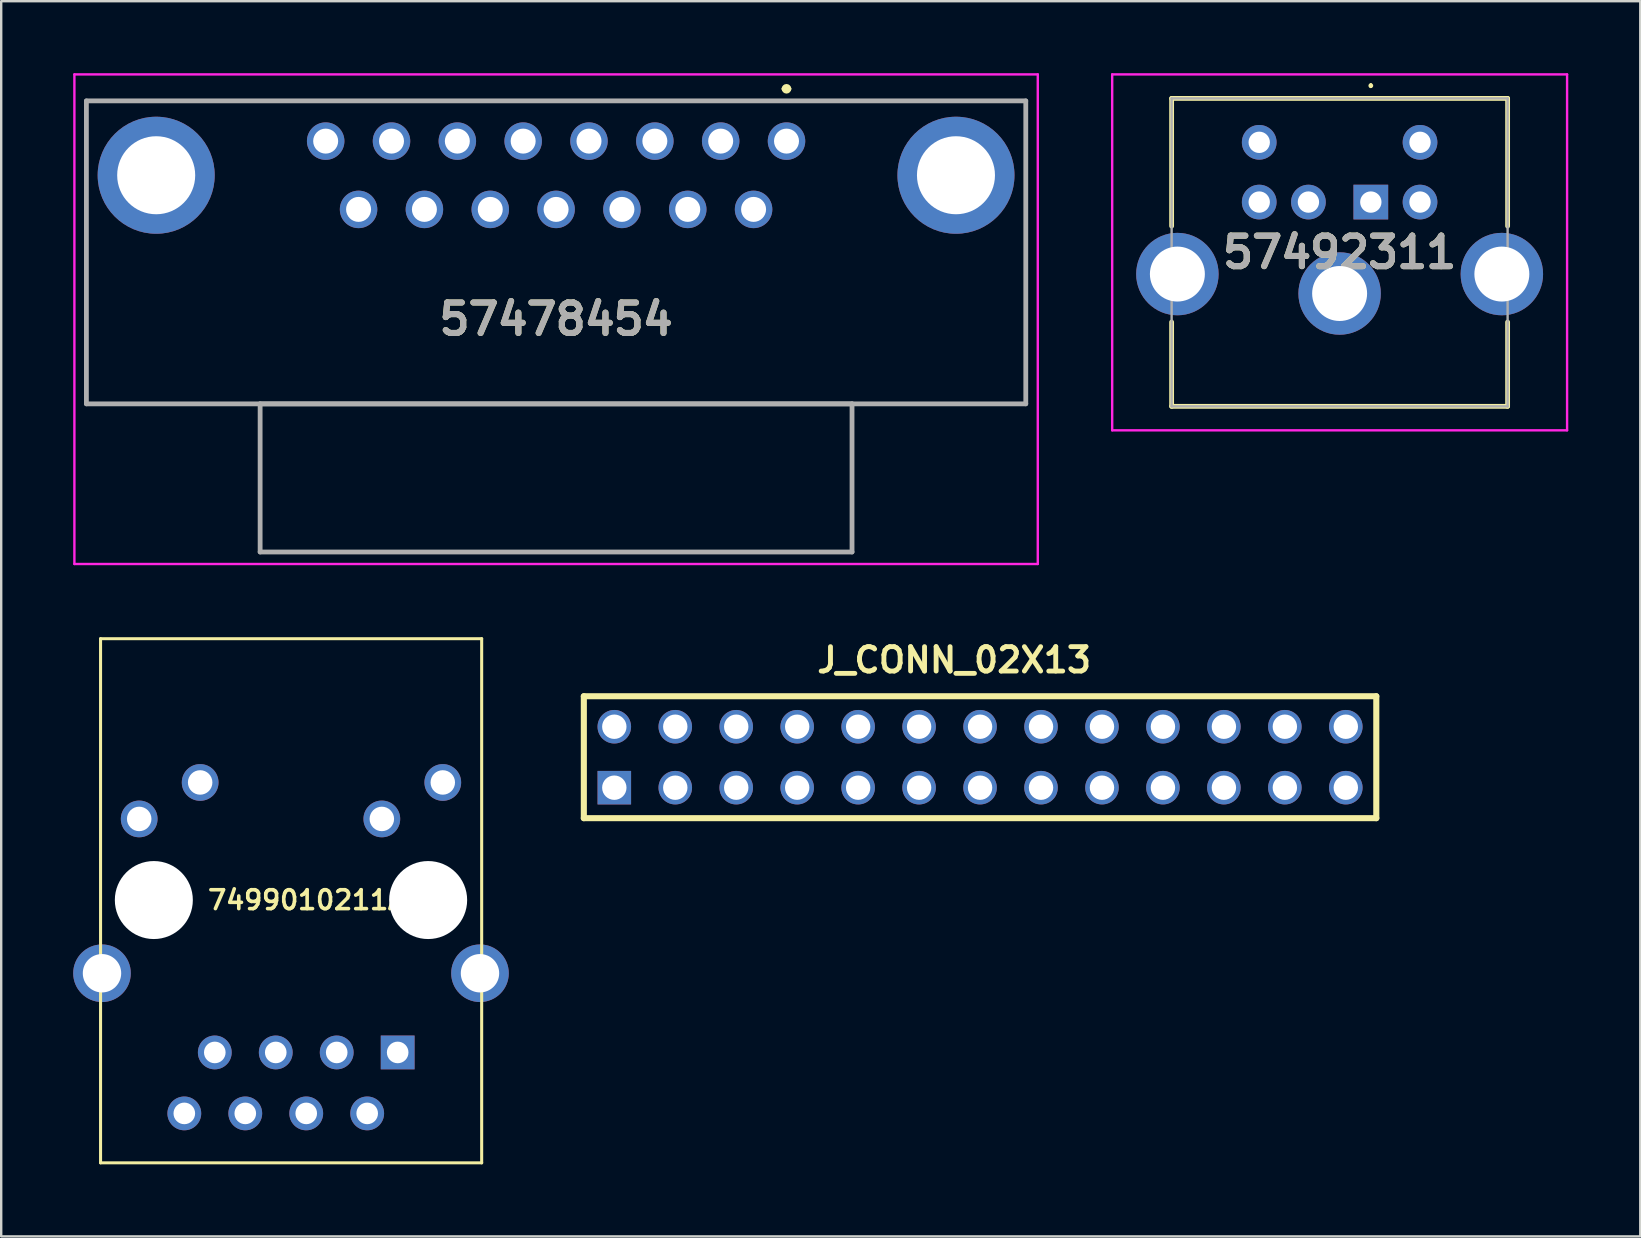
<source format=kicad_pcb>
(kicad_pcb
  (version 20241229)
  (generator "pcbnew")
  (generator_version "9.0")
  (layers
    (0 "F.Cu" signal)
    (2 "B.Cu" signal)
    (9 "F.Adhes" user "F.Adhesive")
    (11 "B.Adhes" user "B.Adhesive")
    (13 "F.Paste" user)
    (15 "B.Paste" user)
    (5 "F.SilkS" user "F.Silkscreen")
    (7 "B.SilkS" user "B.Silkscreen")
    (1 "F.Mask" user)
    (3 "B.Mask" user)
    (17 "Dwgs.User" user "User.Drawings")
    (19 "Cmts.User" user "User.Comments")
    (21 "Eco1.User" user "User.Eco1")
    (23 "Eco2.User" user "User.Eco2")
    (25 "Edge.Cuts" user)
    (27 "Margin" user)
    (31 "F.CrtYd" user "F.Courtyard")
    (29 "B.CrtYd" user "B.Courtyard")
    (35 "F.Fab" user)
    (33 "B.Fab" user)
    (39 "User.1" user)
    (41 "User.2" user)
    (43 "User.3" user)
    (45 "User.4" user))
  (footprint "57478454"
    (layer "F.Cu")
    (at 29.722 2.83)
    (property "Reference" "57478454" (at -9.601 7.42 0) (layer "F.SilkS") (effects (font (size 1.27 1.27) (thickness 0.254))))
    (attr through_hole)
    (fp_line (start -29.172 -1.676) (end -29.172 10.947) (stroke (width 0.1) (type solid)) (layer "F.SilkS"))
    (fp_line (start -29.172 10.947) (end 9.97 10.947) (stroke (width 0.1) (type solid)) (layer "F.SilkS"))
    (fp_line (start -0.101 -2.18) (end -0.101 -2.18) (stroke (width 0.2) (type solid)) (layer "F.SilkS"))
    (fp_line (start 0.099 -2.18) (end 0.099 -2.18) (stroke (width 0.2) (type solid)) (layer "F.SilkS"))
    (fp_line (start 9.97 -1.676) (end -29.172 -1.676) (stroke (width 0.1) (type solid)) (layer "F.SilkS"))
    (fp_line (start 9.97 10.947) (end 9.97 -1.676) (stroke (width 0.1) (type solid)) (layer "F.SilkS"))
    (fp_arc (start -0.101 -2.18) (mid -0.001 -2.28) (end 0.099 -2.18) (stroke (width 0.2) (type solid)) (layer "F.SilkS"))
    (fp_arc (start 0.099 -2.18) (mid -0.001 -2.08) (end -0.101 -2.18) (stroke (width 0.2) (type solid)) (layer "F.SilkS"))
    (fp_line (start -29.672 -2.78) (end -29.672 17.62) (stroke (width 0.1) (type solid)) (layer "F.CrtYd"))
    (fp_line (start -29.672 17.62) (end 10.47 17.62) (stroke (width 0.1) (type solid)) (layer "F.CrtYd"))
    (fp_line (start 10.47 -2.78) (end -29.672 -2.78) (stroke (width 0.1) (type solid)) (layer "F.CrtYd"))
    (fp_line (start 10.47 17.62) (end 10.47 -2.78) (stroke (width 0.1) (type solid)) (layer "F.CrtYd"))
    (fp_line (start -29.172 -1.676) (end -29.172 10.947) (stroke (width 0.2) (type solid)) (layer "F.Fab"))
    (fp_line (start -29.172 10.947) (end 9.97 10.947) (stroke (width 0.2) (type solid)) (layer "F.Fab"))
    (fp_line (start -21.933 10.947) (end -21.933 17.12) (stroke (width 0.2) (type solid)) (layer "F.Fab"))
    (fp_line (start -21.933 17.12) (end 2.73 17.12) (stroke (width 0.2) (type solid)) (layer "F.Fab"))
    (fp_line (start 2.73 10.947) (end -21.933 10.947) (stroke (width 0.2) (type solid)) (layer "F.Fab"))
    (fp_line (start 2.73 17.12) (end 2.73 10.947) (stroke (width 0.2) (type solid)) (layer "F.Fab"))
    (fp_line (start 9.97 -1.676) (end -29.172 -1.676) (stroke (width 0.2) (type solid)) (layer "F.Fab"))
    (fp_line (start 9.97 10.947) (end 9.97 -1.676) (stroke (width 0.2) (type solid)) (layer "F.Fab"))
    (fp_text user "${REFERENCE}" (at -9.601 7.42 0) (layer "F.Fab") (effects (font (size 1.27 1.27) (thickness 0.254))))
    (pad "1" thru_hole circle (at 0 0) (size 1.562 1.562) (drill 1.041) (layers "*.Cu" "*.Mask"))
    (pad "2" thru_hole circle (at -2.743 0) (size 1.562 1.562) (drill 1.041) (layers "*.Cu" "*.Mask"))
    (pad "3" thru_hole circle (at -5.486 0) (size 1.562 1.562) (drill 1.041) (layers "*.Cu" "*.Mask"))
    (pad "4" thru_hole circle (at -8.23 0) (size 1.562 1.562) (drill 1.041) (layers "*.Cu" "*.Mask"))
    (pad "5" thru_hole circle (at -10.973 0) (size 1.562 1.562) (drill 1.041) (layers "*.Cu" "*.Mask"))
    (pad "6" thru_hole circle (at -13.716 0) (size 1.562 1.562) (drill 1.041) (layers "*.Cu" "*.Mask"))
    (pad "7" thru_hole circle (at -16.459 0) (size 1.562 1.562) (drill 1.041) (layers "*.Cu" "*.Mask"))
    (pad "8" thru_hole circle (at -19.202 0) (size 1.562 1.562) (drill 1.041) (layers "*.Cu" "*.Mask"))
    (pad "9" thru_hole circle (at -1.372 2.845) (size 1.562 1.562) (drill 1.041) (layers "*.Cu" "*.Mask"))
    (pad "10" thru_hole circle (at -4.115 2.845) (size 1.562 1.562) (drill 1.041) (layers "*.Cu" "*.Mask"))
    (pad "11" thru_hole circle (at -6.858 2.845) (size 1.562 1.562) (drill 1.041) (layers "*.Cu" "*.Mask"))
    (pad "12" thru_hole circle (at -9.601 2.845) (size 1.562 1.562) (drill 1.041) (layers "*.Cu" "*.Mask"))
    (pad "13" thru_hole circle (at -12.344 2.845) (size 1.562 1.562) (drill 1.041) (layers "*.Cu" "*.Mask"))
    (pad "14" thru_hole circle (at -15.088 2.845) (size 1.562 1.562) (drill 1.041) (layers "*.Cu" "*.Mask"))
    (pad "15" thru_hole circle (at -17.831 2.845) (size 1.562 1.562) (drill 1.041) (layers "*.Cu" "*.Mask"))
    (pad "MH1" thru_hole circle (at -26.264 1.422) (size 4.877 4.877) (drill 3.251) (layers "*.Cu" "*.Mask"))
    (pad "MH2" thru_hole circle (at 7.061 1.422) (size 4.877 4.877) (drill 3.251) (layers "*.Cu" "*.Mask")))
  (footprint "J_CONN_02X13"
    (layer "F.Cu")
    (at 33.977 28.501)
    (property "Reference" "J_CONN_02X13" (at 2.73 -4.05 180) (layer "F.SilkS") (effects (font (size 1.016 1.016) (thickness 0.203))))
    (property "Value" "${VALUE}" (at 2.51 3.89 0) (layer "F.SilkS") (hide yes) (effects (font (size 1.016 0.914) (thickness 0.203) (italic yes))))
    (attr through_hole)
    (fp_line (start -12.7 -2.54) (end 20.32 -2.54) (stroke (width 0.254) (type solid)) (layer "F.SilkS"))
    (fp_line (start -12.7 2.54) (end -12.7 -2.54) (stroke (width 0.254) (type solid)) (layer "F.SilkS"))
    (fp_line (start 20.32 2.54) (end -12.7 2.54) (stroke (width 0.254) (type solid)) (layer "F.SilkS"))
    (fp_line (start 20.32 -2.54) (end 20.32 2.54) (stroke (width 0.254) (type solid)) (layer "F.SilkS"))
    (pad "1" thru_hole rect (at -11.43 1.27) (size 1.397 1.397) (drill 1.016) (layers "*.Cu" "*.Mask"))
    (pad "2" thru_hole circle (at -11.43 -1.27) (size 1.397 1.397) (drill 1.016) (layers "*.Cu" "*.Mask"))
    (pad "3" thru_hole circle (at -8.89 1.27) (size 1.397 1.397) (drill 1.016) (layers "*.Cu" "*.Mask"))
    (pad "4" thru_hole circle (at -8.89 -1.27) (size 1.397 1.397) (drill 1.016) (layers "*.Cu" "*.Mask"))
    (pad "5" thru_hole circle (at -6.35 1.27) (size 1.397 1.397) (drill 1.016) (layers "*.Cu" "*.Mask"))
    (pad "6" thru_hole circle (at -6.35 -1.27) (size 1.397 1.397) (drill 1.016) (layers "*.Cu" "*.Mask"))
    (pad "7" thru_hole circle (at -3.81 1.27) (size 1.397 1.397) (drill 1.016) (layers "*.Cu" "*.Mask"))
    (pad "8" thru_hole circle (at -3.81 -1.27) (size 1.397 1.397) (drill 1.016) (layers "*.Cu" "*.Mask"))
    (pad "9" thru_hole circle (at -1.27 1.27) (size 1.397 1.397) (drill 1.016) (layers "*.Cu" "*.Mask"))
    (pad "10" thru_hole circle (at -1.27 -1.27) (size 1.397 1.397) (drill 1.016) (layers "*.Cu" "*.Mask"))
    (pad "11" thru_hole circle (at 1.27 1.27) (size 1.397 1.397) (drill 1.016) (layers "*.Cu" "*.Mask"))
    (pad "12" thru_hole circle (at 1.27 -1.27) (size 1.397 1.397) (drill 1.016) (layers "*.Cu" "*.Mask"))
    (pad "13" thru_hole circle (at 3.81 1.27) (size 1.397 1.397) (drill 1.016) (layers "*.Cu" "*.Mask"))
    (pad "14" thru_hole circle (at 3.81 -1.27) (size 1.397 1.397) (drill 1.016) (layers "*.Cu" "*.Mask"))
    (pad "15" thru_hole circle (at 6.35 1.27) (size 1.397 1.397) (drill 1.016) (layers "*.Cu" "*.Mask"))
    (pad "16" thru_hole circle (at 6.35 -1.27) (size 1.397 1.397) (drill 1.016) (layers "*.Cu" "*.Mask"))
    (pad "17" thru_hole circle (at 8.89 1.27) (size 1.397 1.397) (drill 1.016) (layers "*.Cu" "*.Mask"))
    (pad "18" thru_hole circle (at 8.89 -1.27) (size 1.397 1.397) (drill 1.016) (layers "*.Cu" "*.Mask"))
    (pad "19" thru_hole circle (at 11.43 1.27) (size 1.397 1.397) (drill 1.016) (layers "*.Cu" "*.Mask"))
    (pad "20" thru_hole circle (at 11.43 -1.27) (size 1.397 1.397) (drill 1.016) (layers "*.Cu" "*.Mask"))
    (pad "21" thru_hole circle (at 13.97 1.27) (size 1.397 1.397) (drill 1.016) (layers "*.Cu" "*.Mask"))
    (pad "22" thru_hole circle (at 13.97 -1.27) (size 1.397 1.397) (drill 1.016) (layers "*.Cu" "*.Mask"))
    (pad "23" thru_hole circle (at 16.51 1.27) (size 1.397 1.397) (drill 1.016) (layers "*.Cu" "*.Mask"))
    (pad "24" thru_hole circle (at 16.51 -1.27) (size 1.397 1.397) (drill 1.016) (layers "*.Cu" "*.Mask"))
    (pad "25" thru_hole circle (at 19.05 1.27) (size 1.397 1.397) (drill 1.016) (layers "*.Cu" "*.Mask"))
    (pad "26" thru_hole circle (at 19.05 -1.27) (size 1.397 1.397) (drill 1.016) (layers "*.Cu" "*.Mask")))
  (footprint "57492311"
    (layer "F.Cu")
    (at 54.069 5.37)
    (property "Reference" "57492311" (at -1.299 2.095 0) (layer "F.SilkS") (effects (font (size 1.27 1.27) (thickness 0.254))))
    (attr through_hole)
    (fp_line (start -8.3 -4.32) (end -8.3 1) (stroke (width 0.2) (type solid)) (layer "F.SilkS"))
    (fp_line (start -8.3 5) (end -8.3 8.51) (stroke (width 0.2) (type solid)) (layer "F.SilkS"))
    (fp_line (start -8.3 8.51) (end 5.7 8.51) (stroke (width 0.2) (type solid)) (layer "F.SilkS"))
    (fp_line (start 0 -4.9) (end 0 -4.9) (stroke (width 0.1) (type solid)) (layer "F.SilkS"))
    (fp_line (start 0 -4.8) (end 0 -4.8) (stroke (width 0.1) (type solid)) (layer "F.SilkS"))
    (fp_line (start 5.7 -4.32) (end -8.3 -4.32) (stroke (width 0.2) (type solid)) (layer "F.SilkS"))
    (fp_line (start 5.7 1) (end 5.7 -4.32) (stroke (width 0.2) (type solid)) (layer "F.SilkS"))
    (fp_line (start 5.7 8.51) (end 5.7 5) (stroke (width 0.2) (type solid)) (layer "F.SilkS"))
    (fp_arc (start 0 -4.9) (mid 0.05 -4.85) (end 0 -4.8) (stroke (width 0.1) (type solid)) (layer "F.SilkS"))
    (fp_arc (start 0 -4.8) (mid -0.05 -4.85) (end 0 -4.9) (stroke (width 0.1) (type solid)) (layer "F.SilkS"))
    (fp_line (start -10.777 -5.32) (end -10.777 9.51) (stroke (width 0.1) (type solid)) (layer "F.CrtYd"))
    (fp_line (start -10.777 9.51) (end 8.178 9.51) (stroke (width 0.1) (type solid)) (layer "F.CrtYd"))
    (fp_line (start 8.178 -5.32) (end -10.777 -5.32) (stroke (width 0.1) (type solid)) (layer "F.CrtYd"))
    (fp_line (start 8.178 9.51) (end 8.178 -5.32) (stroke (width 0.1) (type solid)) (layer "F.CrtYd"))
    (fp_line (start -8.3 -4.32) (end 5.7 -4.32) (stroke (width 0.1) (type solid)) (layer "F.Fab"))
    (fp_line (start -8.3 8.51) (end -8.3 -4.32) (stroke (width 0.1) (type solid)) (layer "F.Fab"))
    (fp_line (start 5.7 -4.32) (end 5.7 8.51) (stroke (width 0.1) (type solid)) (layer "F.Fab"))
    (fp_line (start 5.7 8.51) (end -8.3 8.51) (stroke (width 0.1) (type solid)) (layer "F.Fab"))
    (fp_text user "${REFERENCE}" (at -1.299 2.095 0) (layer "F.Fab") (effects (font (size 1.27 1.27) (thickness 0.254))))
    (pad "1" thru_hole rect (at 0 0) (size 1.446 1.446) (drill 0.89) (layers "*.Cu" "*.Mask"))
    (pad "2" thru_hole circle (at -2.6 0) (size 1.446 1.446) (drill 0.89) (layers "*.Cu" "*.Mask"))
    (pad "3" thru_hole circle (at 2.05 0) (size 1.446 1.446) (drill 0.89) (layers "*.Cu" "*.Mask"))
    (pad "4" thru_hole circle (at -4.65 0) (size 1.446 1.446) (drill 0.89) (layers "*.Cu" "*.Mask"))
    (pad "5" thru_hole circle (at 2.05 -2.49) (size 1.446 1.446) (drill 0.89) (layers "*.Cu" "*.Mask"))
    (pad "6" thru_hole circle (at -4.65 -2.49) (size 1.446 1.446) (drill 0.89) (layers "*.Cu" "*.Mask"))
    (pad "MH1" thru_hole circle (at -1.3 3.81) (size 3.435 3.435) (drill 2.29) (layers "*.Cu" "*.Mask"))
    (pad "MH2" thru_hole circle (at 5.46 3) (size 3.435 3.435) (drill 2.29) (layers "*.Cu" "*.Mask"))
    (pad "MH3" thru_hole circle (at -8.06 3) (size 3.435 3.435) (drill 2.29) (layers "*.Cu" "*.Mask")))
  (footprint "7499010211A"
    (layer "F.Cu")
    (at 9.71 34.453)
    (property "Reference" "7499010211A" (at 0 0 0) (layer "F.SilkS") (effects (font (size 0.787 0.787) (thickness 0.15))))
    (attr through_hole)
    (fp_line (start -8.57 -10.89) (end -8.57 10.95) (stroke (width 0.127) (type solid)) (layer "F.SilkS"))
    (fp_line (start -8.57 -10.89) (end 7.31 -10.89) (stroke (width 0.127) (type solid)) (layer "F.SilkS"))
    (fp_line (start -8.57 10.95) (end 7.31 10.95) (stroke (width 0.127) (type solid)) (layer "F.SilkS"))
    (fp_line (start 7.31 -10.89) (end 7.31 10.95) (stroke (width 0.127) (type solid)) (layer "F.SilkS"))
    (pad "" np_thru_hole circle (at -6.35 0) (size 3.25 3.25) (drill 3.25) (layers "*.Cu" "*.Mask"))
    (pad "" np_thru_hole circle (at 5.08 0) (size 3.25 3.25) (drill 3.25) (layers "*.Cu" "*.Mask"))
    (pad "1" thru_hole rect (at 3.81 6.35) (size 1.408 1.408) (drill 0.9) (layers "*.Cu" "*.Mask"))
    (pad "2" thru_hole circle (at 2.54 8.89) (size 1.408 1.408) (drill 0.9) (layers "*.Cu" "*.Mask"))
    (pad "3" thru_hole circle (at 1.27 6.35) (size 1.408 1.408) (drill 0.9) (layers "*.Cu" "*.Mask"))
    (pad "4" thru_hole circle (at 0 8.89) (size 1.408 1.408) (drill 0.9) (layers "*.Cu" "*.Mask"))
    (pad "5" thru_hole circle (at -1.27 6.35) (size 1.408 1.408) (drill 0.9) (layers "*.Cu" "*.Mask"))
    (pad "6" thru_hole circle (at -2.54 8.89) (size 1.408 1.408) (drill 0.9) (layers "*.Cu" "*.Mask"))
    (pad "7" thru_hole circle (at -3.81 6.35) (size 1.408 1.408) (drill 0.9) (layers "*.Cu" "*.Mask"))
    (pad "8" thru_hole circle (at -5.08 8.89) (size 1.408 1.408) (drill 0.9) (layers "*.Cu" "*.Mask"))
    (pad "9" thru_hole circle (at 5.69 -4.9) (size 1.53 1.53) (drill 1.02) (layers "*.Cu" "*.Mask"))
    (pad "10" thru_hole circle (at 3.15 -3.38) (size 1.53 1.53) (drill 1.02) (layers "*.Cu" "*.Mask"))
    (pad "11" thru_hole circle (at -4.42 -4.9) (size 1.53 1.53) (drill 1.02) (layers "*.Cu" "*.Mask"))
    (pad "12" thru_hole circle (at -6.96 -3.38) (size 1.53 1.53) (drill 1.02) (layers "*.Cu" "*.Mask"))
    (pad "CASE@1" thru_hole circle (at 7.24 3.05) (size 2.4 2.4) (drill 1.6) (layers "*.Cu" "*.Mask"))
    (pad "CASE@2" thru_hole circle (at -8.51 3.05) (size 2.4 2.4) (drill 1.6) (layers "*.Cu" "*.Mask")))
  (gr_rect
    (start -3 -3)
    (end 65.297 48.467)
    (stroke (width 0.1) (type default))
    (fill no)
    (layer "Edge.Cuts")))
</source>
